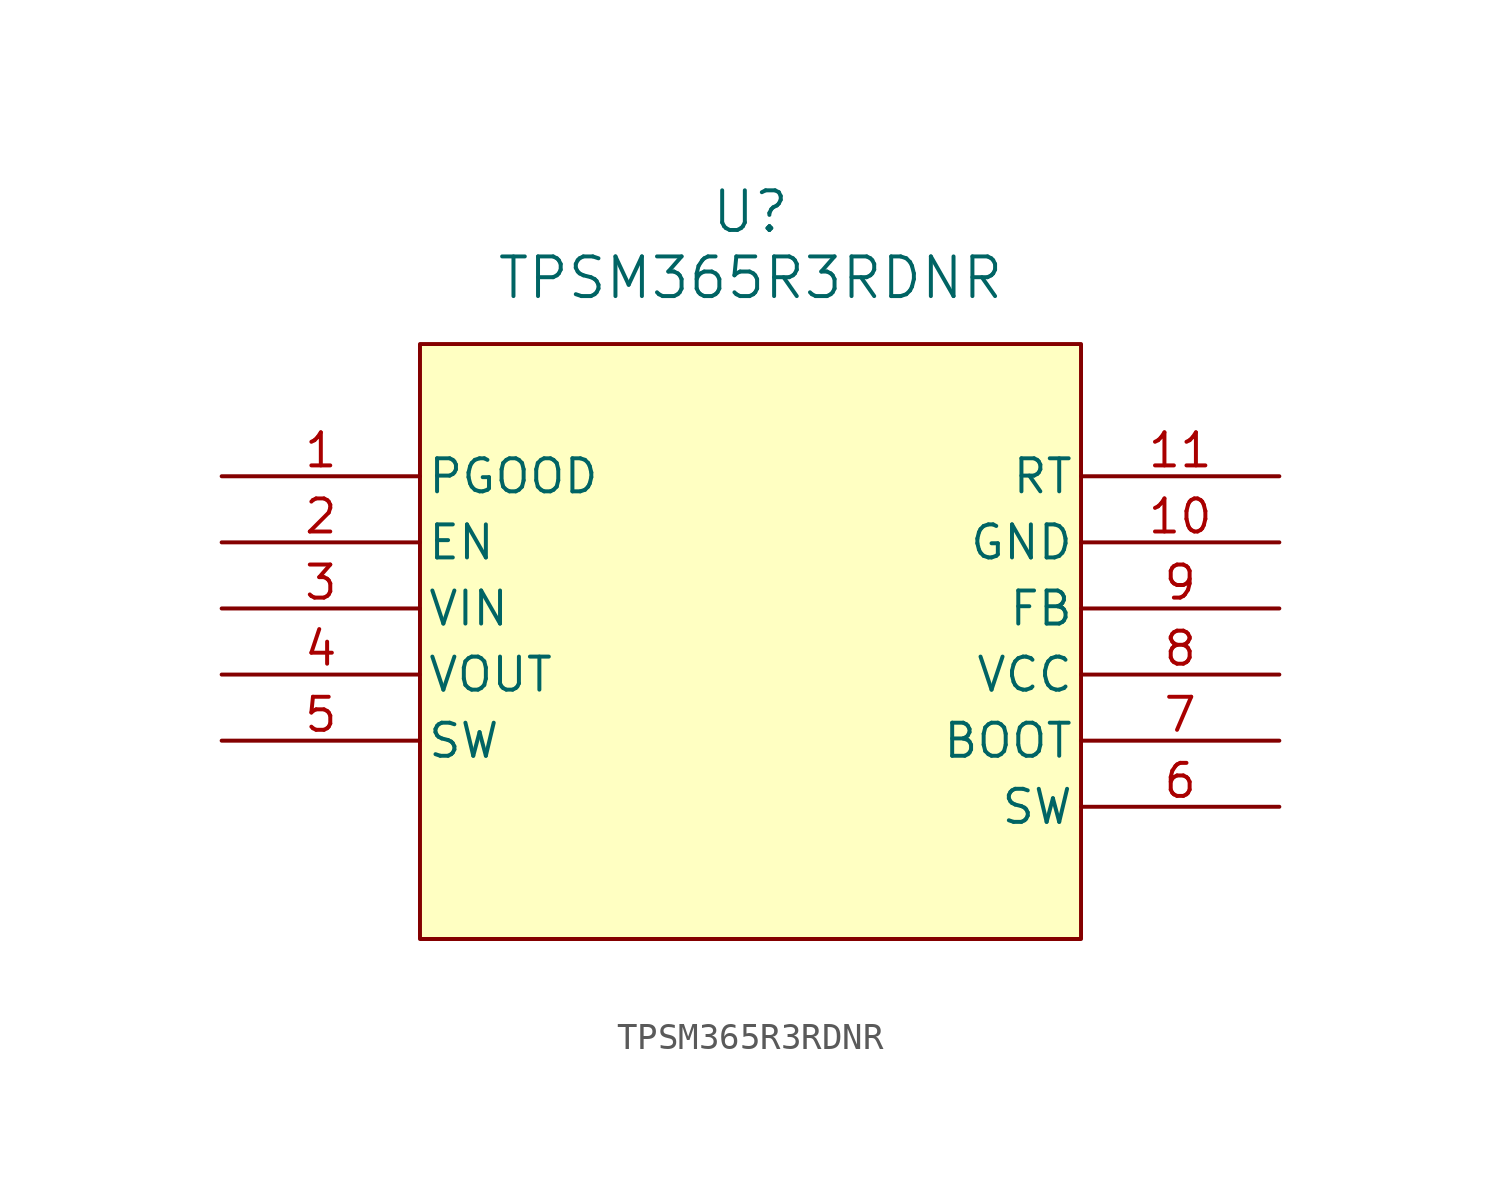
<source format=kicad_sym>
(kicad_symbol_lib
  (version 20241209)
  (generator "kicad_symbol_editor")
  (generator_version "9.0")
  (symbol "TPSM365R3RDNR"
    (pin_names
      (offset 0.254))
    (property "Reference" "U"
      (at 20.32 10.16 0)
      (effects (font (size 1.524 1.524))))
    (property "Value" "TPSM365R3RDNR"
      (at 20.32 7.62 0)
      (effects (font (size 1.524 1.524))))
    (property "ki_locked" ""
      (at 0 0 0)
      (effects (font (size 1.27 1.27))))
    (symbol "TPSM365R3RDNR_0_1"
      (pin unspecified line (at 0 0 0) (length 7.62) (name "PGOOD" (effects (font (size 1.27 1.27)))) (number "1" (effects (font (size 1.27 1.27)))))
      (pin unspecified line (at 0 -2.54 0) (length 7.62) (name "EN" (effects (font (size 1.27 1.27)))) (number "2" (effects (font (size 1.27 1.27)))))
      (pin power_in line (at 0 -5.08 0) (length 7.62) (name "VIN" (effects (font (size 1.27 1.27)))) (number "3" (effects (font (size 1.27 1.27)))))
      (pin power_in line (at 0 -7.62 0) (length 7.62) (name "VOUT" (effects (font (size 1.27 1.27)))) (number "4" (effects (font (size 1.27 1.27)))))
      (pin power_in line (at 0 -10.16 0) (length 7.62) (name "SW" (effects (font (size 1.27 1.27)))) (number "5" (effects (font (size 1.27 1.27)))))
      (pin unspecified line (at 40.64 0 180) (length 7.62) (name "RT" (effects (font (size 1.27 1.27)))) (number "11" (effects (font (size 1.27 1.27)))))
      (pin power_out line (at 40.64 -2.54 180) (length 7.62) (name "GND" (effects (font (size 1.27 1.27)))) (number "10" (effects (font (size 1.27 1.27)))))
      (pin unspecified line (at 40.64 -5.08 180) (length 7.62) (name "FB" (effects (font (size 1.27 1.27)))) (number "9" (effects (font (size 1.27 1.27)))))
      (pin power_in line (at 40.64 -7.62 180) (length 7.62) (name "VCC" (effects (font (size 1.27 1.27)))) (number "8" (effects (font (size 1.27 1.27)))))
      (pin power_in line (at 40.64 -10.16 180) (length 7.62) (name "BOOT" (effects (font (size 1.27 1.27)))) (number "7" (effects (font (size 1.27 1.27)))))
      (pin power_in line (at 40.64 -12.7 180) (length 7.62) (name "SW" (effects (font (size 1.27 1.27)))) (number "6" (effects (font (size 1.27 1.27))))))
    (symbol "TPSM365R3RDNR_1_1"
      (rectangle (start 7.62 5.08) (end 33.02 -17.78) (stroke (width 0) (type default)) (fill (type background))))))
</source>
